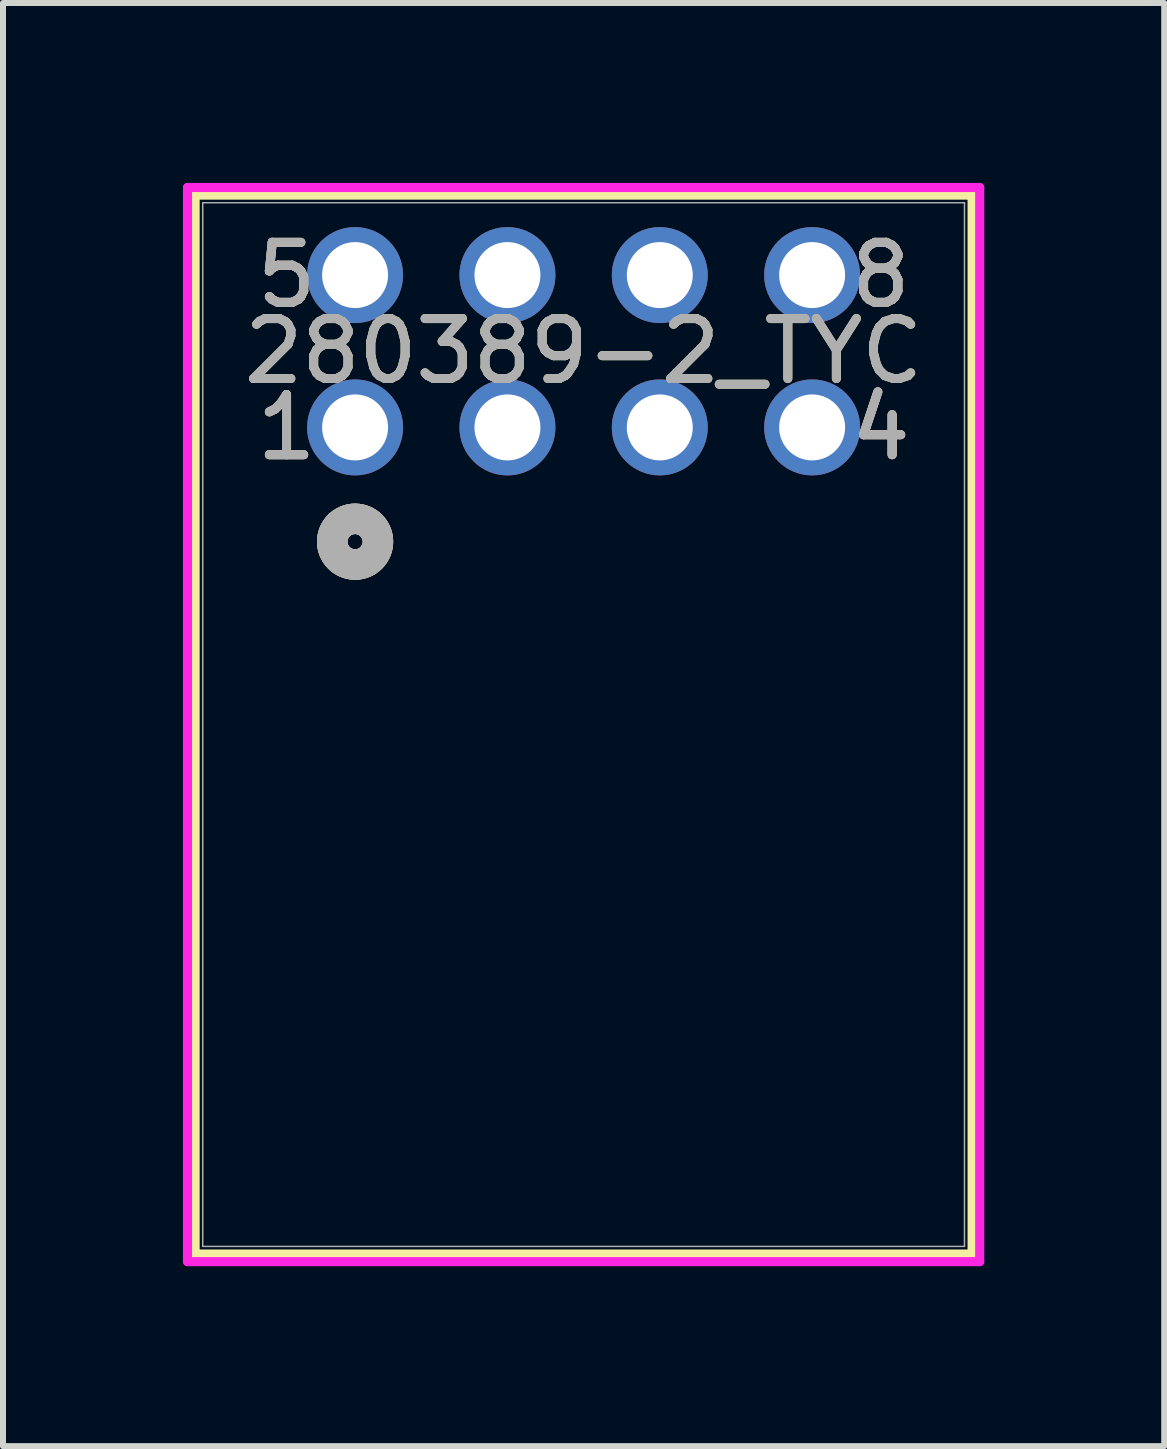
<source format=kicad_pcb>
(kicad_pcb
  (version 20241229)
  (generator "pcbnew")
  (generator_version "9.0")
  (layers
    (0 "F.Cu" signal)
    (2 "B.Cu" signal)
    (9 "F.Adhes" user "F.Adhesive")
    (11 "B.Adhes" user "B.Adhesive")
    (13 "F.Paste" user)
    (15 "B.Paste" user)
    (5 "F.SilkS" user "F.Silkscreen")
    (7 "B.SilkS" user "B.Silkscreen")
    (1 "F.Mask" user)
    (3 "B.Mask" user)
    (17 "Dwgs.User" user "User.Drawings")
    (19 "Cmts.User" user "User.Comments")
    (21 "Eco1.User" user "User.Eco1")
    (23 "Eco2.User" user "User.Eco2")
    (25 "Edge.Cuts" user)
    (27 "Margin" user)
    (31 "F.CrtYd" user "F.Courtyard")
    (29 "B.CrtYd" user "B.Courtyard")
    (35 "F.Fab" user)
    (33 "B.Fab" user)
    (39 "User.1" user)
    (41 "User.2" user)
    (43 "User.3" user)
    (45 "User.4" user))
  (footprint "280389-2_TYC"
    (layer "F.Cu")
    (at 2.87 4.076)
    (property "Reference" "280389-2_TYC" (at 3.81 -1.27 0) (unlocked yes) (layer "F.SilkS") (effects (font (size 1 1) (thickness 0.15))))
    (attr through_hole)
    (fp_line (start -2.667 -3.873) (end -2.667 13.781) (stroke (width 0.152) (type solid)) (layer "F.SilkS"))
    (fp_line (start -2.667 13.781) (end 10.287 13.781) (stroke (width 0.152) (type solid)) (layer "F.SilkS"))
    (fp_line (start 10.287 -3.873) (end -2.667 -3.873) (stroke (width 0.152) (type solid)) (layer "F.SilkS"))
    (fp_line (start 10.287 13.781) (end 10.287 -3.873) (stroke (width 0.152) (type solid)) (layer "F.SilkS"))
    (fp_circle (center 0 1.905) (end 0.381 1.905) (stroke (width 0.508) (type solid)) (fill no) (layer "F.SilkS"))
    (fp_circle (center 0 1.905) (end 0.381 1.905) (stroke (width 0.508) (type solid)) (fill no) (layer "B.SilkS"))
    (fp_line (start -2.794 -4) (end -2.794 13.908) (stroke (width 0.152) (type solid)) (layer "F.CrtYd"))
    (fp_line (start -2.794 13.908) (end 10.414 13.908) (stroke (width 0.152) (type solid)) (layer "F.CrtYd"))
    (fp_line (start 10.414 -4) (end -2.794 -4) (stroke (width 0.152) (type solid)) (layer "F.CrtYd"))
    (fp_line (start 10.414 13.908) (end 10.414 -4) (stroke (width 0.152) (type solid)) (layer "F.CrtYd"))
    (fp_line (start -2.54 -3.746) (end -2.54 13.654) (stroke (width 0.025) (type solid)) (layer "F.Fab"))
    (fp_line (start -2.54 13.654) (end 10.16 13.654) (stroke (width 0.025) (type solid)) (layer "F.Fab"))
    (fp_line (start 10.16 -3.746) (end -2.54 -3.746) (stroke (width 0.025) (type solid)) (layer "F.Fab"))
    (fp_line (start 10.16 13.654) (end 10.16 -3.746) (stroke (width 0.025) (type solid)) (layer "F.Fab"))
    (fp_circle (center 0 1.905) (end 0.381 1.905) (stroke (width 0.508) (type solid)) (fill no) (layer "F.Fab"))
    (fp_text user "5" (at -1.143 -2.54 0) (unlocked yes) (layer "F.SilkS") (effects (font (size 1 1) (thickness 0.15))))
    (fp_text user "1" (at -1.143 0 0) (unlocked yes) (layer "F.SilkS") (effects (font (size 1 1) (thickness 0.15))))
    (fp_text user "4" (at 8.763 0 0) (unlocked yes) (layer "F.SilkS") (effects (font (size 1 1) (thickness 0.15))))
    (fp_text user "8" (at 8.763 -2.54 0) (unlocked yes) (layer "F.SilkS") (effects (font (size 1 1) (thickness 0.15))))
    (fp_text user "8" (at 8.763 -2.54 0) (unlocked yes) (layer "B.SilkS") (effects (font (size 1 1) (thickness 0.15))))
    (fp_text user "4" (at 8.763 0 0) (unlocked yes) (layer "B.SilkS") (effects (font (size 1 1) (thickness 0.15))))
    (fp_text user "5" (at -1.143 -2.54 0) (unlocked yes) (layer "B.SilkS") (effects (font (size 1 1) (thickness 0.15))))
    (fp_text user "1" (at -1.143 0 0) (unlocked yes) (layer "B.SilkS") (effects (font (size 1 1) (thickness 0.15))))
    (fp_text user "8" (at 8.763 -2.54 0) (unlocked yes) (layer "F.Fab") (effects (font (size 1 1) (thickness 0.15))))
    (fp_text user "4" (at 8.763 0 0) (unlocked yes) (layer "F.Fab") (effects (font (size 1 1) (thickness 0.15))))
    (fp_text user "${REFERENCE}" (at 3.81 -1.27 0) (unlocked yes) (layer "F.Fab") (effects (font (size 1 1) (thickness 0.15))))
    (fp_text user "1" (at -1.143 0 0) (unlocked yes) (layer "F.Fab") (effects (font (size 1 1) (thickness 0.15))))
    (fp_text user "5" (at -1.143 -2.54 0) (unlocked yes) (layer "F.Fab") (effects (font (size 1 1) (thickness 0.15))))
    (pad "1" thru_hole circle (at 0 0) (size 1.6 1.6) (drill 1.1) (layers "*.Cu" "*.Mask"))
    (pad "2" thru_hole circle (at 2.54 0) (size 1.6 1.6) (drill 1.1) (layers "*.Cu" "*.Mask"))
    (pad "3" thru_hole circle (at 5.08 0) (size 1.6 1.6) (drill 1.1) (layers "*.Cu" "*.Mask"))
    (pad "4" thru_hole circle (at 7.62 0) (size 1.6 1.6) (drill 1.1) (layers "*.Cu" "*.Mask"))
    (pad "5" thru_hole circle (at 0 -2.54) (size 1.6 1.6) (drill 1.1) (layers "*.Cu" "*.Mask"))
    (pad "6" thru_hole circle (at 2.54 -2.54) (size 1.6 1.6) (drill 1.1) (layers "*.Cu" "*.Mask"))
    (pad "7" thru_hole circle (at 5.08 -2.54) (size 1.6 1.6) (drill 1.1) (layers "*.Cu" "*.Mask"))
    (pad "8" thru_hole circle (at 7.62 -2.54) (size 1.6 1.6) (drill 1.1) (layers "*.Cu" "*.Mask")))
  (gr_rect
    (start -3 -3)
    (end 16.36 21.06)
    (stroke (width 0.1) (type default))
    (fill no)
    (layer "Edge.Cuts")))
</source>
